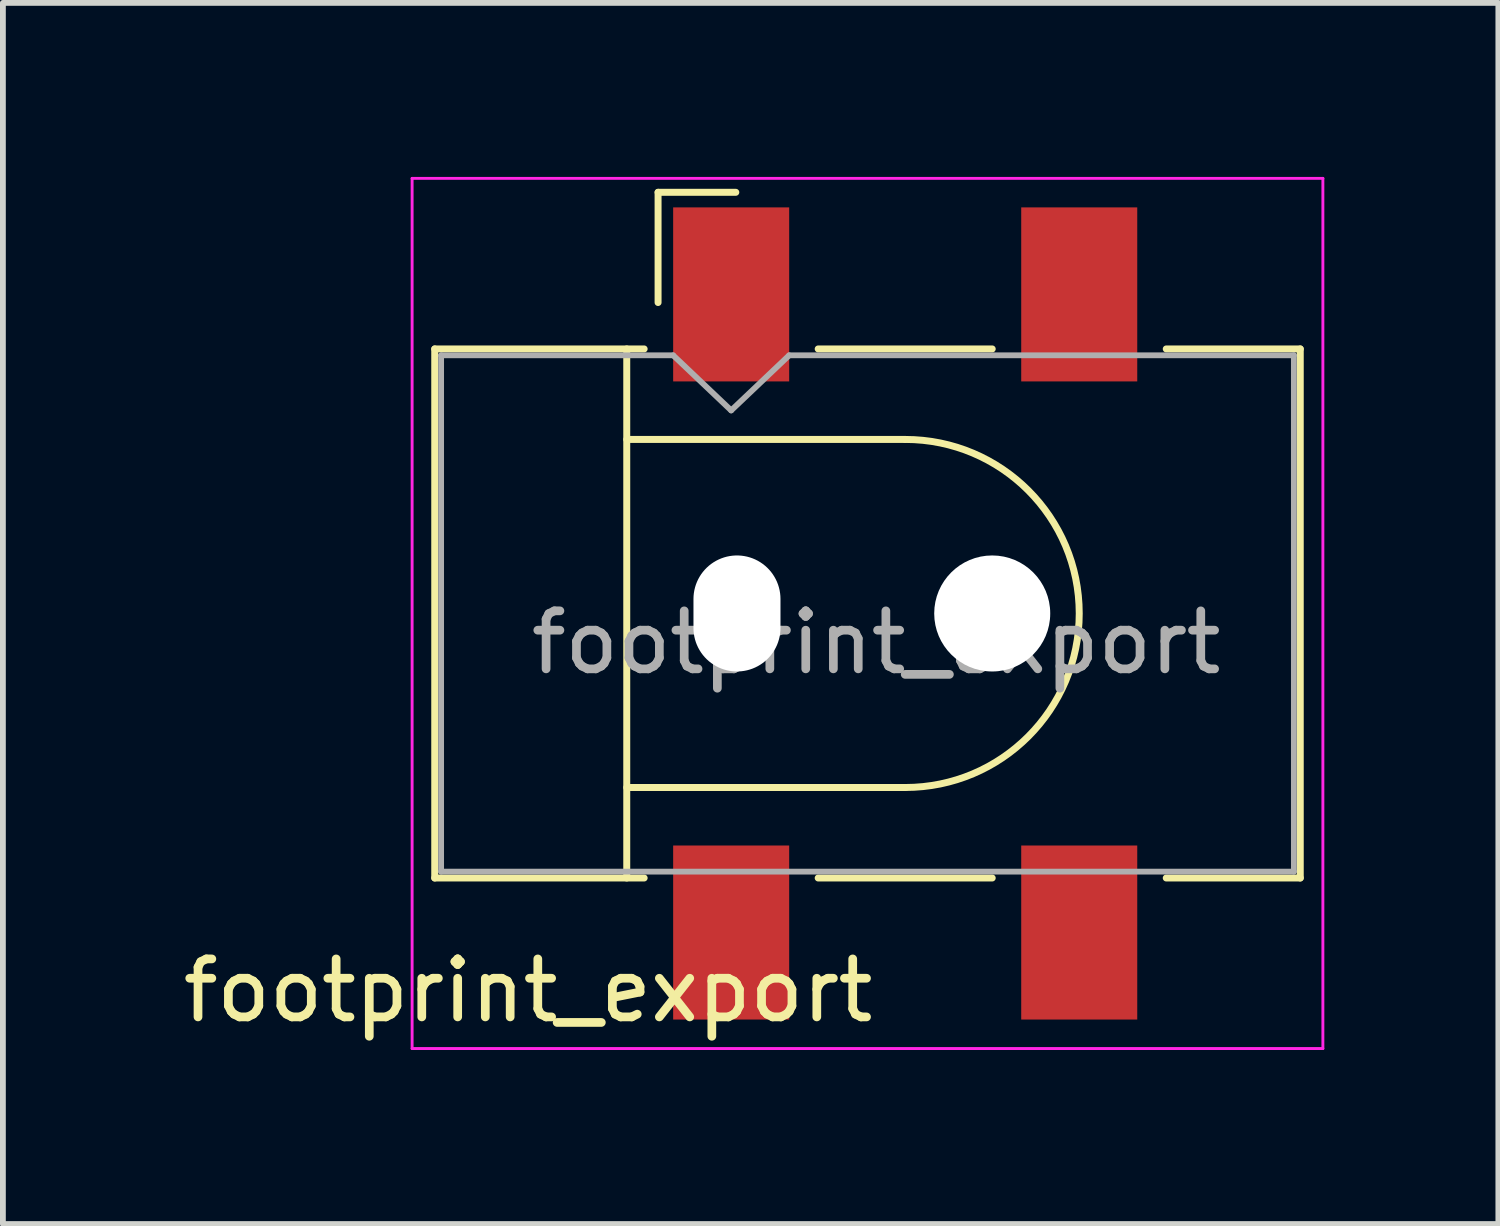
<source format=kicad_pcb>
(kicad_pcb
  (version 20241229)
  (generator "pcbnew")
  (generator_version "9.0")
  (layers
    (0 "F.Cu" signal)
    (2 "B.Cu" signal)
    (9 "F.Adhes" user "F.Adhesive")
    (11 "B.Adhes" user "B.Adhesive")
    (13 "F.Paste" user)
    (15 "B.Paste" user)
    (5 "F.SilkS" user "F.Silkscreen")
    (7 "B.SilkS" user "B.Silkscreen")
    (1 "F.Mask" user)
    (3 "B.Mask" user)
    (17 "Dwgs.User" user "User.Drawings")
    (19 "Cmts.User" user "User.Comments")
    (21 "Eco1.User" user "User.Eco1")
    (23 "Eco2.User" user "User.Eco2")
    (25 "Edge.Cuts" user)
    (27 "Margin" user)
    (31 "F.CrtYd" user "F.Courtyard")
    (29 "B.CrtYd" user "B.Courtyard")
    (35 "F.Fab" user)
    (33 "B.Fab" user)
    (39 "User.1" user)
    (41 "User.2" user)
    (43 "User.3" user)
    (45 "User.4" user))
  (footprint "footprint_export"
    (layer "F.Cu")
    (at 12.554 7.525)
    (property "Reference" "footprint_export" (at -6.5 6.5 180) (layer "F.SilkS") (effects (font (size 1 1) (thickness 0.15))))
    (attr smd)
    (fp_line (start -8.11 -4.56) (end -4.5 -4.56) (stroke (width 0.12) (type solid)) (layer "F.SilkS"))
    (fp_line (start -8.11 4.56) (end -8.11 -4.56) (stroke (width 0.12) (type solid)) (layer "F.SilkS"))
    (fp_line (start -8.11 4.56) (end -4.5 4.56) (stroke (width 0.12) (type solid)) (layer "F.SilkS"))
    (fp_line (start -4.8 -3) (end 0 -3) (stroke (width 0.12) (type solid)) (layer "F.SilkS"))
    (fp_line (start -4.8 3) (end 0 3) (stroke (width 0.12) (type solid)) (layer "F.SilkS"))
    (fp_line (start -4.8 4.56) (end -4.8 -4.56) (stroke (width 0.12) (type solid)) (layer "F.SilkS"))
    (fp_line (start -4.26 -7.26) (end -4.26 -5.36) (stroke (width 0.12) (type solid)) (layer "F.SilkS"))
    (fp_line (start -2.92 -7.26) (end -4.26 -7.26) (stroke (width 0.12) (type solid)) (layer "F.SilkS"))
    (fp_line (start -1.5 -4.56) (end 1.5 -4.56) (stroke (width 0.12) (type solid)) (layer "F.SilkS"))
    (fp_line (start -1.5 4.56) (end 1.5 4.56) (stroke (width 0.12) (type solid)) (layer "F.SilkS"))
    (fp_line (start 4.5 -4.56) (end 6.81 -4.56) (stroke (width 0.12) (type solid)) (layer "F.SilkS"))
    (fp_line (start 4.5 4.56) (end 6.81 4.56) (stroke (width 0.12) (type solid)) (layer "F.SilkS"))
    (fp_line (start 6.81 4.56) (end 6.81 -4.56) (stroke (width 0.12) (type solid)) (layer "F.SilkS"))
    (fp_arc (start 0 -3) (mid 3 0) (end 0 3) (stroke (width 0.12) (type solid)) (layer "F.SilkS"))
    (fp_line (start -8.5 -7.5) (end 7.2 -7.5) (stroke (width 0.05) (type solid)) (layer "F.CrtYd"))
    (fp_line (start -8.5 7.5) (end -8.5 -7.5) (stroke (width 0.05) (type solid)) (layer "F.CrtYd"))
    (fp_line (start -8.5 7.5) (end 7.2 7.5) (stroke (width 0.05) (type solid)) (layer "F.CrtYd"))
    (fp_line (start 7.2 7.5) (end 7.2 -7.5) (stroke (width 0.05) (type solid)) (layer "F.CrtYd"))
    (fp_line (start -8 -4.45) (end -4 -4.45) (stroke (width 0.1) (type solid)) (layer "F.Fab"))
    (fp_line (start -8 4.45) (end -8 -4.45) (stroke (width 0.1) (type solid)) (layer "F.Fab"))
    (fp_line (start -8 4.45) (end 6.7 4.45) (stroke (width 0.1) (type solid)) (layer "F.Fab"))
    (fp_line (start -4 -4.45) (end -3 -3.5) (stroke (width 0.1) (type solid)) (layer "F.Fab"))
    (fp_line (start -3 -3.5) (end -2 -4.45) (stroke (width 0.1) (type solid)) (layer "F.Fab"))
    (fp_line (start -2 -4.45) (end 6.7 -4.45) (stroke (width 0.1) (type solid)) (layer "F.Fab"))
    (fp_line (start 6.7 4.45) (end 6.7 -4.45) (stroke (width 0.1) (type solid)) (layer "F.Fab"))
    (fp_text user "${REFERENCE}" (at -0.5 0.5 180) (layer "F.Fab") (effects (font (size 1 1) (thickness 0.15))))
    (pad "" np_thru_hole oval (at -2.9 0 90) (size 2 1.5) (drill oval 2 1.5) (layers "*.Cu" "*.Mask"))
    (pad "" np_thru_hole circle (at 1.5 0 90) (size 2 2) (drill 2) (layers "*.Cu" "*.Mask"))
    (pad "1" smd rect (at -3 -5.5 90) (size 3 2) (layers "F.Cu" "F.Mask" "F.Paste"))
    (pad "1" smd rect (at 3 -5.5 90) (size 3 2) (layers "F.Cu" "F.Mask" "F.Paste"))
    (pad "2" smd rect (at 3 5.5 90) (size 3 2) (layers "F.Cu" "F.Mask" "F.Paste"))
    (pad "3" smd rect (at -3 5.5 90) (size 3 2) (layers "F.Cu" "F.Mask" "F.Paste")))
  (gr_rect
    (start -3 -3)
    (end 22.779 18.05)
    (stroke (width 0.1) (type default))
    (fill no)
    (layer "Edge.Cuts")))
</source>
